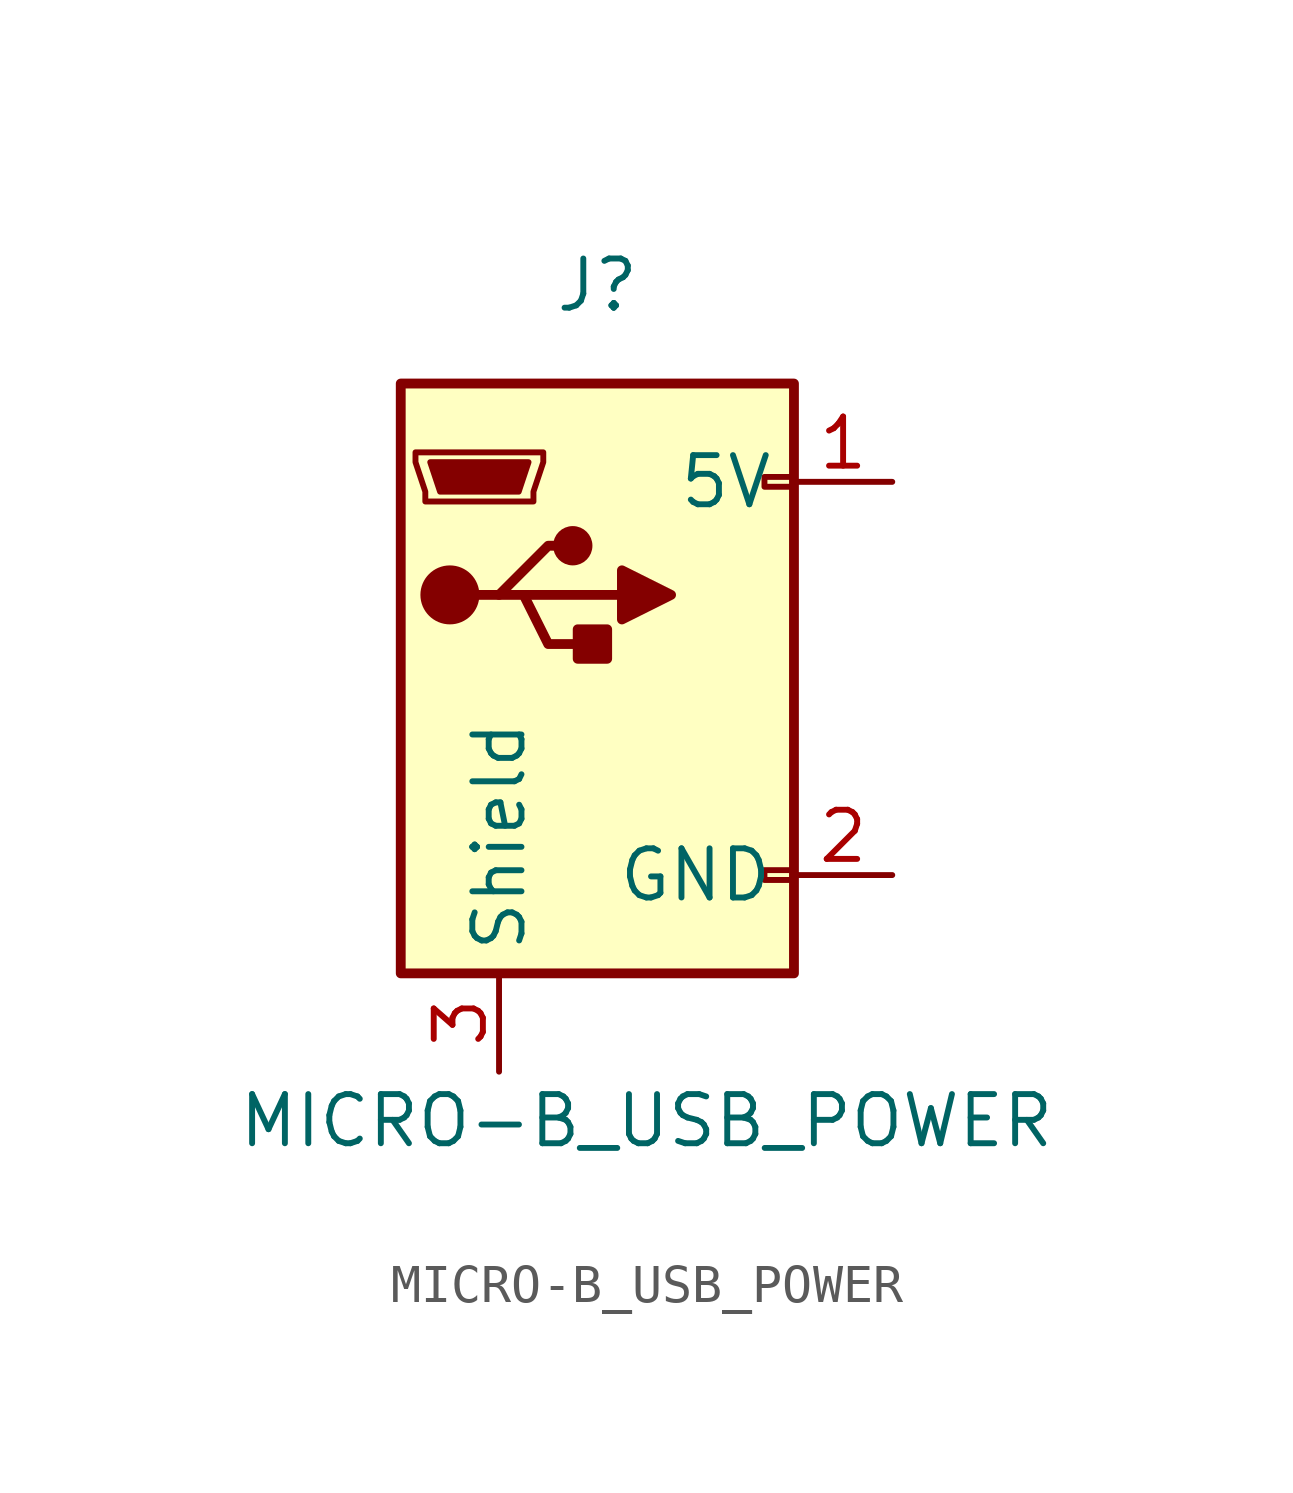
<source format=kicad_sym>
(kicad_symbol_lib
  (version 20211014)
  (generator kicad_symbol_editor)
  (symbol "MICRO-B_USB_POWER"
    (property "Reference" "J"
      (at 0 11.43 0)
      (effects (font (size 1.27 1.27))))
    (property "Value" "MICRO-B_USB_POWER"
      (at 1.27 -10.16 0)
      (effects (font (size 1.27 1.27))))
    (symbol "MICRO-B_USB_POWER_0_1"
      (rectangle (start -5.08 -6.35) (end 5.08 8.89) (stroke (width 0.254) (type default) (color 0 0 0 0)) (fill (type background)))
      (circle (center -3.81 3.429) (radius 0.635) (stroke (width 0.254) (type default) (color 0 0 0 0)) (fill (type outline)))
      (circle (center -0.635 4.699) (radius 0.381) (stroke (width 0.254) (type default) (color 0 0 0 0)) (fill (type outline)))
      (polyline (pts (xy -1.905 3.429) (xy 0.635 3.429)) (stroke (width 0.254) (type default) (color 0 0 0 0)) (fill (type none)))
      (polyline (pts (xy -3.175 3.429) (xy -2.54 3.429) (xy -1.27 4.699) (xy -0.635 4.699)) (stroke (width 0.254) (type default) (color 0 0 0 0)) (fill (type none)))
      (polyline (pts (xy -2.54 3.429) (xy -1.905 3.429) (xy -1.27 2.159) (xy 0 2.159)) (stroke (width 0.254) (type default) (color 0 0 0 0)) (fill (type none)))
      (polyline (pts (xy 0.635 4.064) (xy 0.635 2.794) (xy 1.905 3.429) (xy 0.635 4.064)) (stroke (width 0.254) (type default) (color 0 0 0 0)) (fill (type outline)))
      (polyline (pts (xy -4.318 6.858) (xy -1.778 6.858) (xy -2.032 6.096) (xy -4.064 6.096) (xy -4.318 6.858)) (stroke (width 0) (type default) (color 0 0 0 0)) (fill (type outline)))
      (polyline (pts (xy -4.699 7.112) (xy -4.699 6.858) (xy -4.445 6.096) (xy -4.445 5.842) (xy -1.651 5.842) (xy -1.651 6.096) (xy -1.397 6.858) (xy -1.397 7.112) (xy -4.699 7.112)) (stroke (width 0) (type default) (color 0 0 0 0)) (fill (type none)))
      (rectangle (start 0.254 2.54) (end -0.508 1.778) (stroke (width 0.254) (type default) (color 0 0 0 0)) (fill (type outline)))
      (rectangle (start 5.08 -3.937) (end 4.318 -3.683) (stroke (width 0) (type default) (color 0 0 0 0)) (fill (type none)))
      (rectangle (start 5.08 6.223) (end 4.318 6.477) (stroke (width 0) (type default) (color 0 0 0 0)) (fill (type none))))
    (symbol "MICRO-B_USB_POWER_1_1"
      (pin power_out line (at 7.62 6.35 180) (length 2.54) (name "5V" (effects (font (size 1.27 1.27)))) (number "1" (effects (font (size 1.27 1.27)))))
      (pin power_out line (at 7.62 -3.81 180) (length 2.54) (name "GND" (effects (font (size 1.27 1.27)))) (number "2" (effects (font (size 1.27 1.27)))))
      (pin passive line (at -2.54 -8.89 90) (length 2.54) (name "Shield" (effects (font (size 1.27 1.27)))) (number "3" (effects (font (size 1.27 1.27))))))))
</source>
